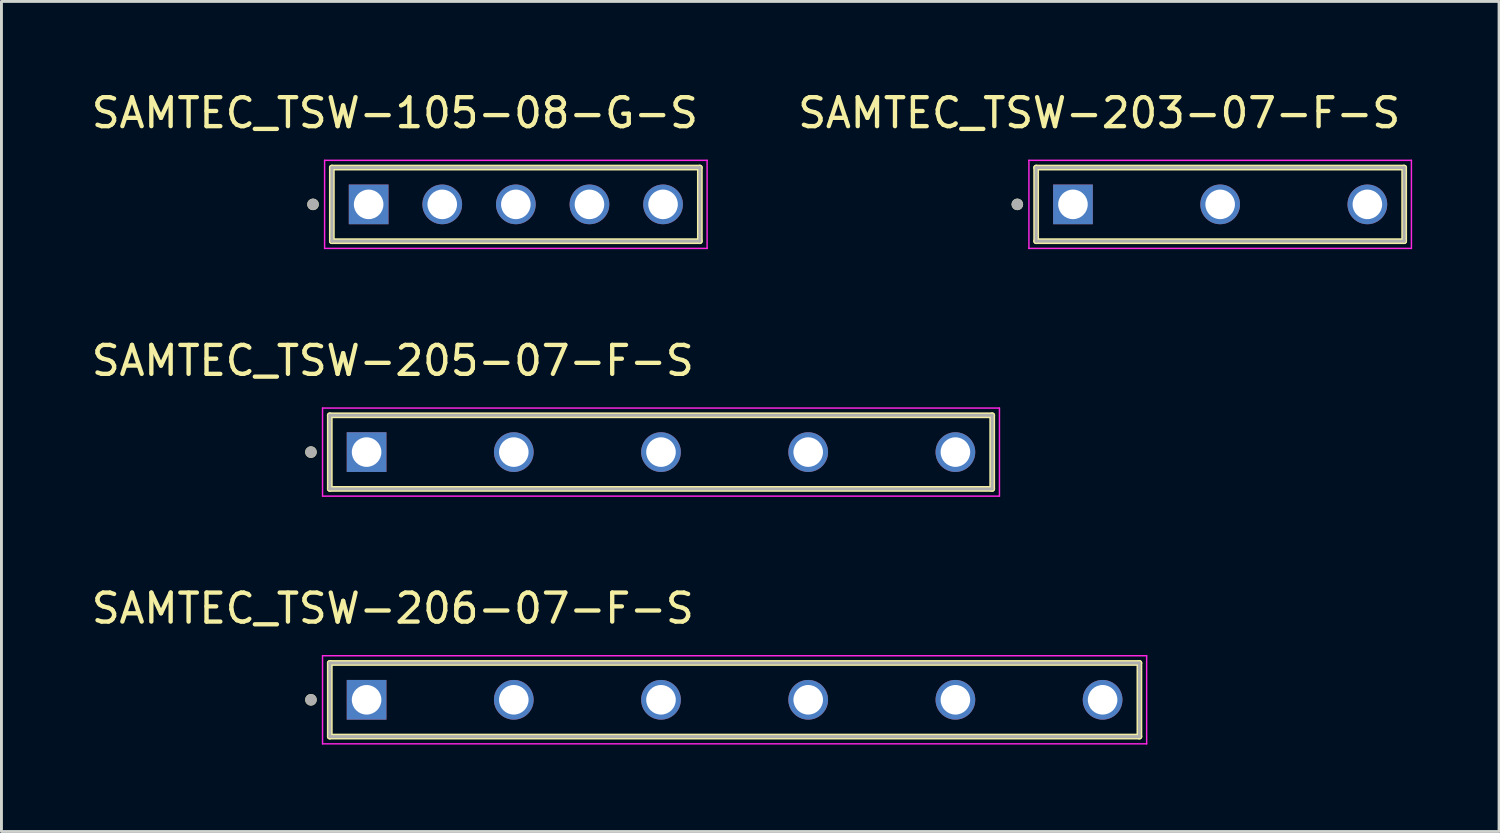
<source format=kicad_pcb>
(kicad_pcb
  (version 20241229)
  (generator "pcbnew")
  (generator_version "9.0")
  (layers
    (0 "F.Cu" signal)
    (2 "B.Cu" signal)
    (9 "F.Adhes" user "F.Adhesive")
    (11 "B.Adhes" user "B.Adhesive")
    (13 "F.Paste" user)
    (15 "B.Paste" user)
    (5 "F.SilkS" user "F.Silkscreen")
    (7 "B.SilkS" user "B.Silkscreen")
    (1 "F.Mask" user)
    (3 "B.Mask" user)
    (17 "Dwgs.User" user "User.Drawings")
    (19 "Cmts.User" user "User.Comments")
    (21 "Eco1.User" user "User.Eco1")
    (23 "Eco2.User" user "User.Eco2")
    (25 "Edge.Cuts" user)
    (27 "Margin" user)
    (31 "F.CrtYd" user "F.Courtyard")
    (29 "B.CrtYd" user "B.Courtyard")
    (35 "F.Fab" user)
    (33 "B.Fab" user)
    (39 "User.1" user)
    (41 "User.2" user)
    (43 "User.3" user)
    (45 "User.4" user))
  (footprint "SAMTEC_TSW-105-08-G-S"
    (layer "F.Cu")
    (at 14.752 4.003)
    (property "Reference" "SAMTEC_TSW-105-08-G-S" (at -4.175 -3.155 0) (layer "F.SilkS") (effects (font (size 1 1) (thickness 0.15))))
    (attr through_hole)
    (fp_line (start -6.35 1.27) (end -6.35 -1.27) (stroke (width 0.2) (type solid)) (layer "F.SilkS"))
    (fp_line (start 6.35 -1.27) (end -6.35 -1.27) (stroke (width 0.2) (type solid)) (layer "F.SilkS"))
    (fp_line (start 6.35 -1.27) (end 6.35 1.27) (stroke (width 0.2) (type solid)) (layer "F.SilkS"))
    (fp_line (start 6.35 1.27) (end -6.35 1.27) (stroke (width 0.2) (type solid)) (layer "F.SilkS"))
    (fp_circle (center -7 0) (end -6.9 0) (stroke (width 0.2) (type solid)) (fill no) (layer "F.SilkS"))
    (fp_line (start -6.6 -1.52) (end 6.6 -1.52) (stroke (width 0.05) (type solid)) (layer "F.CrtYd"))
    (fp_line (start -6.6 1.52) (end -6.6 -1.52) (stroke (width 0.05) (type solid)) (layer "F.CrtYd"))
    (fp_line (start 6.6 -1.52) (end 6.6 1.52) (stroke (width 0.05) (type solid)) (layer "F.CrtYd"))
    (fp_line (start 6.6 1.52) (end -6.6 1.52) (stroke (width 0.05) (type solid)) (layer "F.CrtYd"))
    (fp_line (start -6.35 -1.27) (end 6.35 -1.27) (stroke (width 0.1) (type solid)) (layer "F.Fab"))
    (fp_line (start -6.35 1.27) (end -6.35 -1.27) (stroke (width 0.1) (type solid)) (layer "F.Fab"))
    (fp_line (start 6.35 -1.27) (end 6.35 1.27) (stroke (width 0.1) (type solid)) (layer "F.Fab"))
    (fp_line (start 6.35 1.27) (end -6.35 1.27) (stroke (width 0.1) (type solid)) (layer "F.Fab"))
    (fp_circle (center -7 0) (end -6.9 0) (stroke (width 0.2) (type solid)) (fill no) (layer "F.Fab"))
    (pad "01" thru_hole rect (at -5.08 0) (size 1.37 1.37) (drill 1.02) (layers "*.Cu" "*.Mask"))
    (pad "02" thru_hole circle (at -2.54 0) (size 1.37 1.37) (drill 1.02) (layers "*.Cu" "*.Mask"))
    (pad "03" thru_hole circle (at 0 0) (size 1.37 1.37) (drill 1.02) (layers "*.Cu" "*.Mask"))
    (pad "04" thru_hole circle (at 2.54 0) (size 1.37 1.37) (drill 1.02) (layers "*.Cu" "*.Mask"))
    (pad "05" thru_hole circle (at 5.08 0) (size 1.37 1.37) (drill 1.02) (layers "*.Cu" "*.Mask")))
  (footprint "SAMTEC_TSW-205-07-F-S"
    (layer "F.Cu")
    (at 9.601 12.552)
    (property "Reference" "SAMTEC_TSW-205-07-F-S" (at 0.905 -3.155 0) (layer "F.SilkS") (effects (font (size 1 1) (thickness 0.15))))
    (attr through_hole)
    (fp_line (start -1.27 1.27) (end -1.27 -1.27) (stroke (width 0.2) (type solid)) (layer "F.SilkS"))
    (fp_line (start 21.59 -1.27) (end -1.27 -1.27) (stroke (width 0.2) (type solid)) (layer "F.SilkS"))
    (fp_line (start 21.59 -1.27) (end 21.59 1.27) (stroke (width 0.2) (type solid)) (layer "F.SilkS"))
    (fp_line (start 21.59 1.27) (end -1.27 1.27) (stroke (width 0.2) (type solid)) (layer "F.SilkS"))
    (fp_circle (center -1.92 0) (end -1.82 0) (stroke (width 0.2) (type solid)) (fill no) (layer "F.SilkS"))
    (fp_line (start -1.52 -1.52) (end 21.84 -1.52) (stroke (width 0.05) (type solid)) (layer "F.CrtYd"))
    (fp_line (start -1.52 1.52) (end -1.52 -1.52) (stroke (width 0.05) (type solid)) (layer "F.CrtYd"))
    (fp_line (start 21.84 -1.52) (end 21.84 1.52) (stroke (width 0.05) (type solid)) (layer "F.CrtYd"))
    (fp_line (start 21.84 1.52) (end -1.52 1.52) (stroke (width 0.05) (type solid)) (layer "F.CrtYd"))
    (fp_line (start -1.27 -1.27) (end 21.59 -1.27) (stroke (width 0.1) (type solid)) (layer "F.Fab"))
    (fp_line (start -1.27 1.27) (end -1.27 -1.27) (stroke (width 0.1) (type solid)) (layer "F.Fab"))
    (fp_line (start 21.59 -1.27) (end 21.59 1.27) (stroke (width 0.1) (type solid)) (layer "F.Fab"))
    (fp_line (start 21.59 1.27) (end -1.27 1.27) (stroke (width 0.1) (type solid)) (layer "F.Fab"))
    (fp_circle (center -1.92 0) (end -1.82 0) (stroke (width 0.2) (type solid)) (fill no) (layer "F.Fab"))
    (pad "01" thru_hole rect (at 0 0) (size 1.37 1.37) (drill 1.02) (layers "*.Cu" "*.Mask"))
    (pad "02" thru_hole circle (at 5.08 0) (size 1.37 1.37) (drill 1.02) (layers "*.Cu" "*.Mask"))
    (pad "03" thru_hole circle (at 10.16 0) (size 1.37 1.37) (drill 1.02) (layers "*.Cu" "*.Mask"))
    (pad "04" thru_hole circle (at 15.24 0) (size 1.37 1.37) (drill 1.02) (layers "*.Cu" "*.Mask"))
    (pad "05" thru_hole circle (at 20.32 0) (size 1.37 1.37) (drill 1.02) (layers "*.Cu" "*.Mask")))
  (footprint "SAMTEC_TSW-206-07-F-S"
    (layer "F.Cu")
    (at 22.301 21.1)
    (property "Reference" "SAMTEC_TSW-206-07-F-S" (at -11.795 -3.155 0) (layer "F.SilkS") (effects (font (size 1 1) (thickness 0.15))))
    (attr through_hole)
    (fp_line (start -13.97 1.27) (end -13.97 -1.27) (stroke (width 0.2) (type solid)) (layer "F.SilkS"))
    (fp_line (start 13.97 -1.27) (end -13.97 -1.27) (stroke (width 0.2) (type solid)) (layer "F.SilkS"))
    (fp_line (start 13.97 -1.27) (end 13.97 1.27) (stroke (width 0.2) (type solid)) (layer "F.SilkS"))
    (fp_line (start 13.97 1.27) (end -13.97 1.27) (stroke (width 0.2) (type solid)) (layer "F.SilkS"))
    (fp_circle (center -14.62 0) (end -14.52 0) (stroke (width 0.2) (type solid)) (fill no) (layer "F.SilkS"))
    (fp_line (start -14.22 -1.52) (end 14.22 -1.52) (stroke (width 0.05) (type solid)) (layer "F.CrtYd"))
    (fp_line (start -14.22 1.52) (end -14.22 -1.52) (stroke (width 0.05) (type solid)) (layer "F.CrtYd"))
    (fp_line (start 14.22 -1.52) (end 14.22 1.52) (stroke (width 0.05) (type solid)) (layer "F.CrtYd"))
    (fp_line (start 14.22 1.52) (end -14.22 1.52) (stroke (width 0.05) (type solid)) (layer "F.CrtYd"))
    (fp_line (start -13.97 -1.27) (end 13.97 -1.27) (stroke (width 0.1) (type solid)) (layer "F.Fab"))
    (fp_line (start -13.97 1.27) (end -13.97 -1.27) (stroke (width 0.1) (type solid)) (layer "F.Fab"))
    (fp_line (start 13.97 -1.27) (end 13.97 1.27) (stroke (width 0.1) (type solid)) (layer "F.Fab"))
    (fp_line (start 13.97 1.27) (end -13.97 1.27) (stroke (width 0.1) (type solid)) (layer "F.Fab"))
    (fp_circle (center -14.62 0) (end -14.52 0) (stroke (width 0.2) (type solid)) (fill no) (layer "F.Fab"))
    (pad "01" thru_hole rect (at -12.7 0) (size 1.37 1.37) (drill 1.02) (layers "*.Cu" "*.Mask"))
    (pad "02" thru_hole circle (at -7.62 0) (size 1.37 1.37) (drill 1.02) (layers "*.Cu" "*.Mask"))
    (pad "03" thru_hole circle (at -2.54 0) (size 1.37 1.37) (drill 1.02) (layers "*.Cu" "*.Mask"))
    (pad "04" thru_hole circle (at 2.54 0) (size 1.37 1.37) (drill 1.02) (layers "*.Cu" "*.Mask"))
    (pad "05" thru_hole circle (at 7.62 0) (size 1.37 1.37) (drill 1.02) (layers "*.Cu" "*.Mask"))
    (pad "06" thru_hole circle (at 12.7 0) (size 1.37 1.37) (drill 1.02) (layers "*.Cu" "*.Mask")))
  (footprint "SAMTEC_TSW-203-07-F-S"
    (layer "F.Cu")
    (at 33.978 4.003)
    (property "Reference" "SAMTEC_TSW-203-07-F-S" (at 0.905 -3.155 0) (layer "F.SilkS") (effects (font (size 1 1) (thickness 0.15))))
    (attr through_hole)
    (fp_line (start -1.27 1.27) (end -1.27 -1.27) (stroke (width 0.2) (type solid)) (layer "F.SilkS"))
    (fp_line (start 11.43 -1.27) (end -1.27 -1.27) (stroke (width 0.2) (type solid)) (layer "F.SilkS"))
    (fp_line (start 11.43 -1.27) (end 11.43 1.27) (stroke (width 0.2) (type solid)) (layer "F.SilkS"))
    (fp_line (start 11.43 1.27) (end -1.27 1.27) (stroke (width 0.2) (type solid)) (layer "F.SilkS"))
    (fp_circle (center -1.92 0) (end -1.82 0) (stroke (width 0.2) (type solid)) (fill no) (layer "F.SilkS"))
    (fp_line (start -1.52 -1.52) (end 11.68 -1.52) (stroke (width 0.05) (type solid)) (layer "F.CrtYd"))
    (fp_line (start -1.52 1.52) (end -1.52 -1.52) (stroke (width 0.05) (type solid)) (layer "F.CrtYd"))
    (fp_line (start 11.68 -1.52) (end 11.68 1.52) (stroke (width 0.05) (type solid)) (layer "F.CrtYd"))
    (fp_line (start 11.68 1.52) (end -1.52 1.52) (stroke (width 0.05) (type solid)) (layer "F.CrtYd"))
    (fp_line (start -1.27 -1.27) (end 11.43 -1.27) (stroke (width 0.1) (type solid)) (layer "F.Fab"))
    (fp_line (start -1.27 1.27) (end -1.27 -1.27) (stroke (width 0.1) (type solid)) (layer "F.Fab"))
    (fp_line (start 11.43 -1.27) (end 11.43 1.27) (stroke (width 0.1) (type solid)) (layer "F.Fab"))
    (fp_line (start 11.43 1.27) (end -1.27 1.27) (stroke (width 0.1) (type solid)) (layer "F.Fab"))
    (fp_circle (center -1.92 0) (end -1.82 0) (stroke (width 0.2) (type solid)) (fill no) (layer "F.Fab"))
    (pad "01" thru_hole rect (at 0 0) (size 1.37 1.37) (drill 1.02) (layers "*.Cu" "*.Mask"))
    (pad "02" thru_hole circle (at 5.08 0) (size 1.37 1.37) (drill 1.02) (layers "*.Cu" "*.Mask"))
    (pad "03" thru_hole circle (at 10.16 0) (size 1.37 1.37) (drill 1.02) (layers "*.Cu" "*.Mask")))
  (gr_rect
    (start -3 -3)
    (end 48.683 25.645)
    (stroke (width 0.1) (type default))
    (fill no)
    (layer "Edge.Cuts")))
</source>
